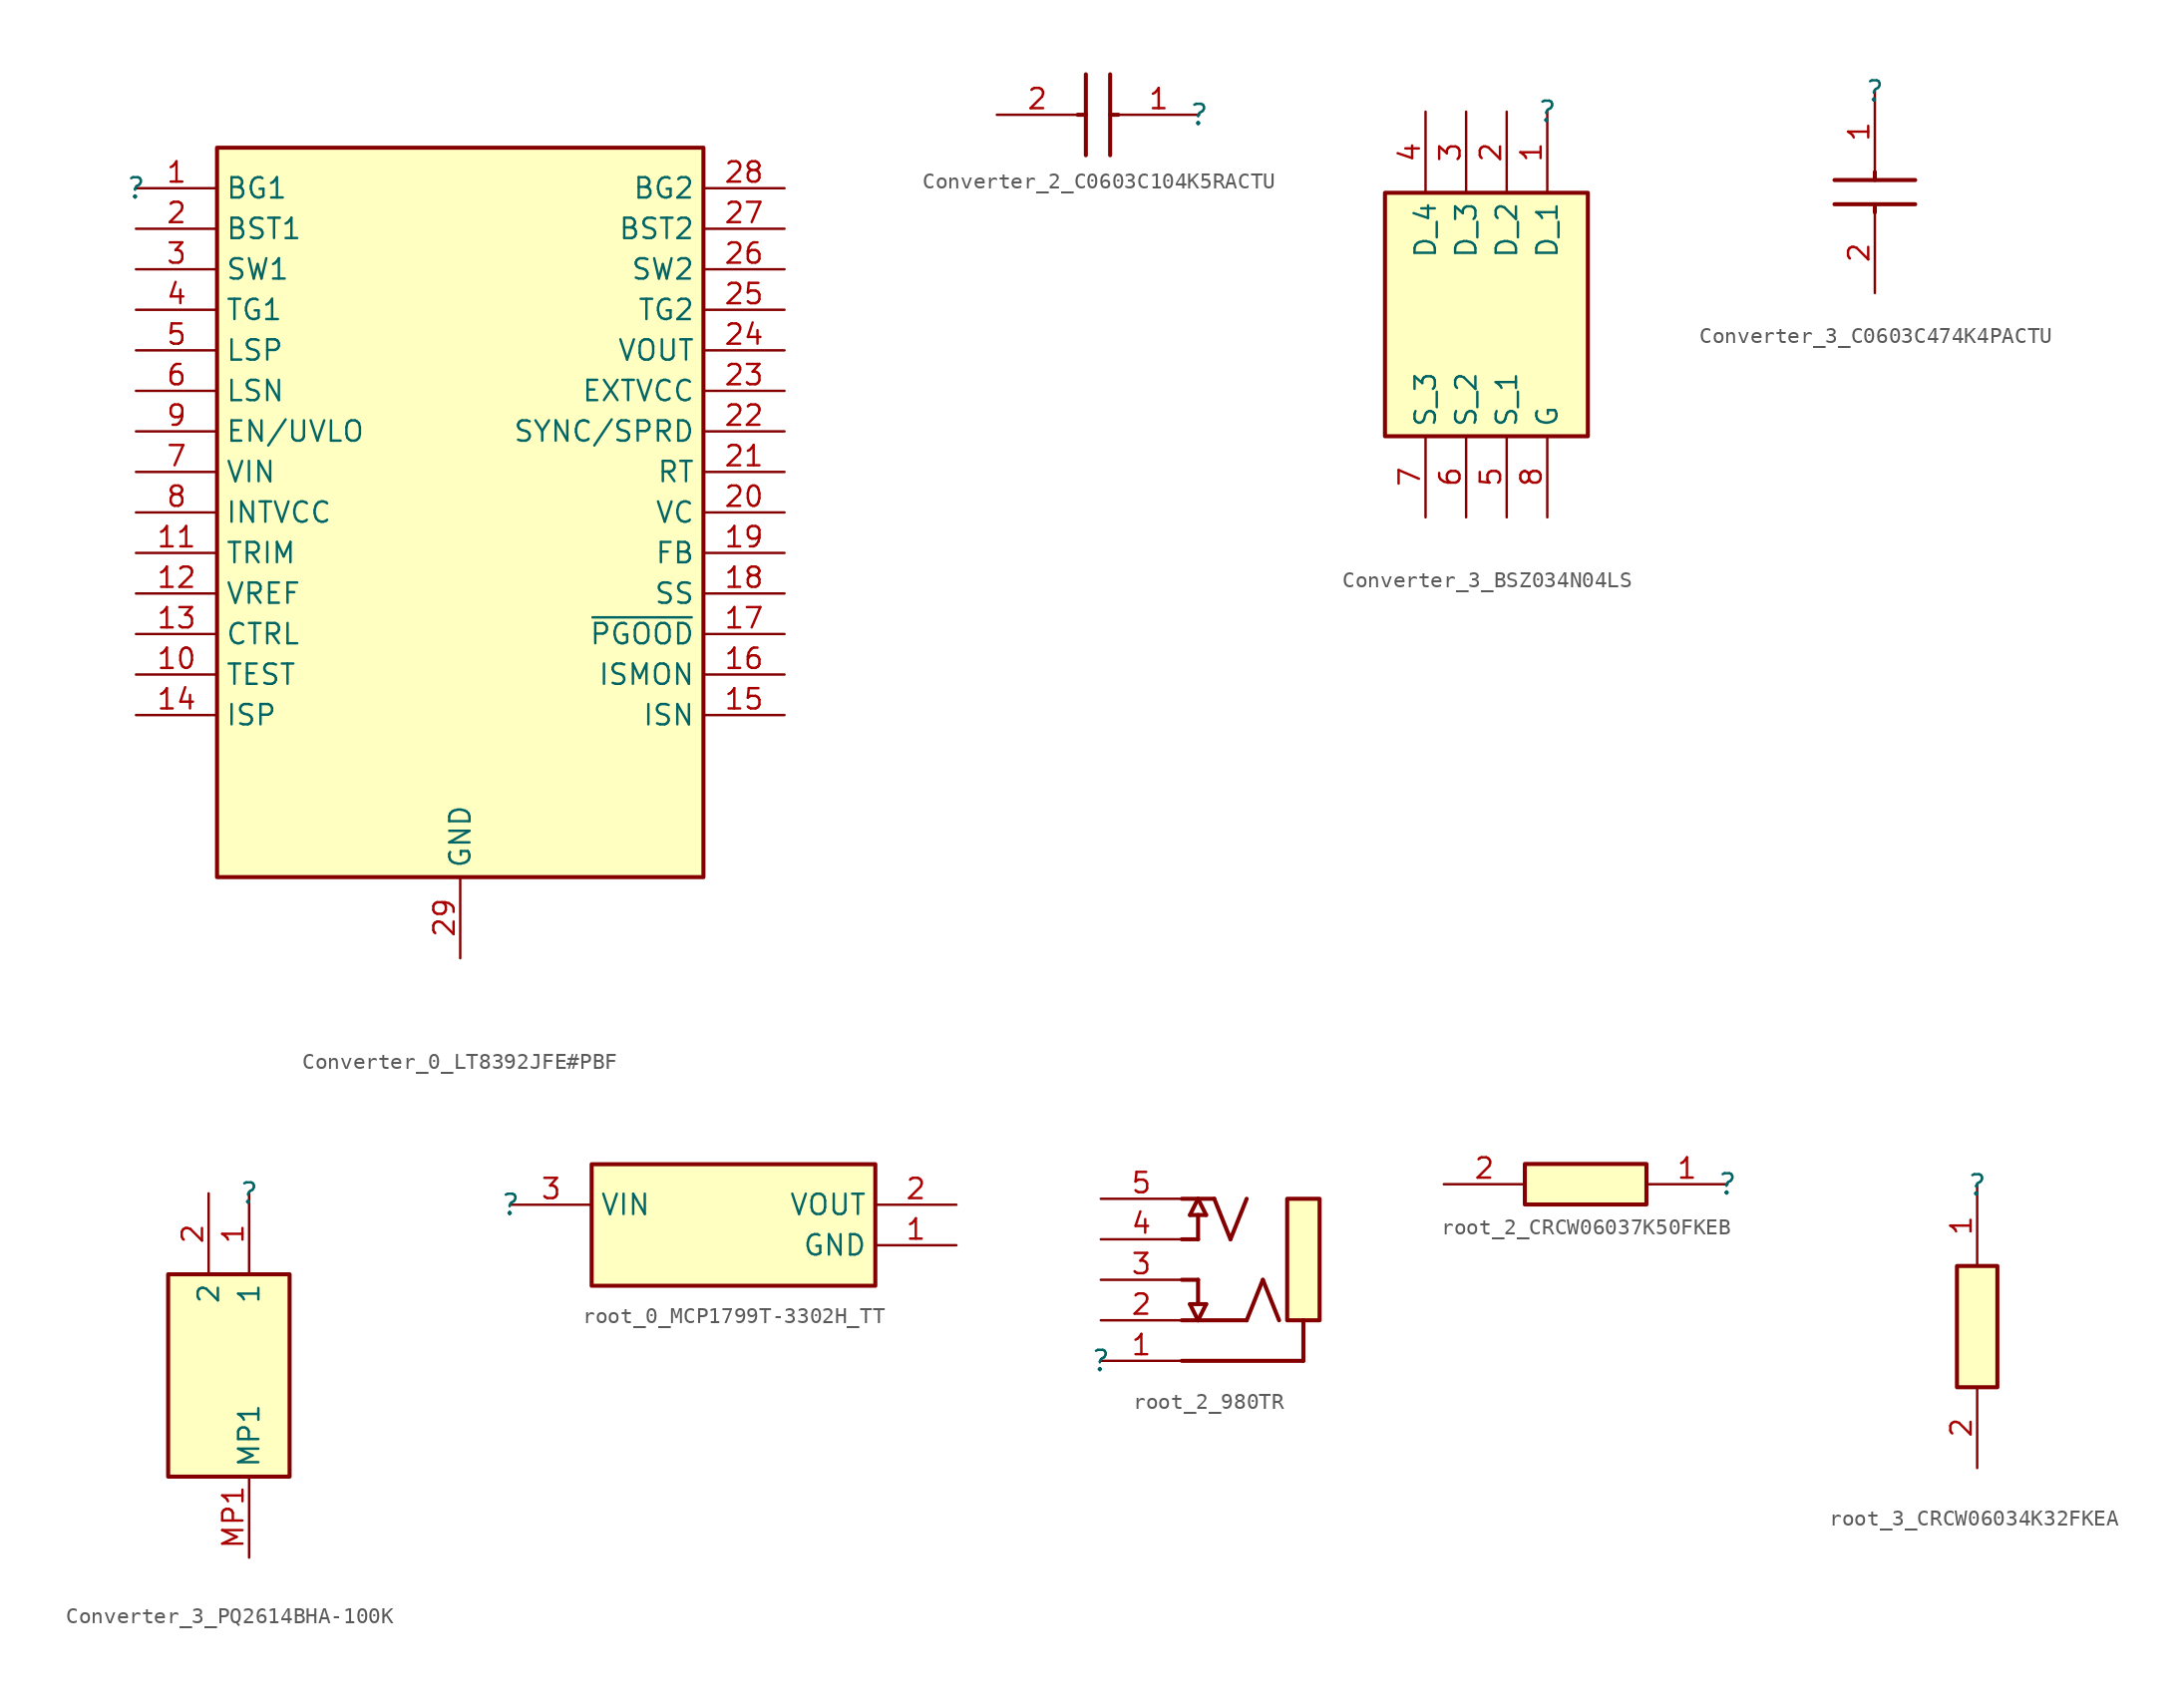
<source format=kicad_sym>
(kicad_symbol_lib
  (version 20220914)
  (generator kicad_symbol_editor)
  (symbol "Converter_0_LT8392JFE#PBF"
    (property "Reference" ""
      (at 0 0 0)
      (effects (font (size 1.27 1.27))))
    (property "Value" ""
      (at 0 0 0)
      (effects (font (size 1.27 1.27))))
    (symbol "Converter_0_LT8392JFE#PBF_1_0"
      (rectangle (start 35.56 2.54) (end 5.08 -43.18) (stroke (width 0.254) (type solid)) (fill (type background)))
      (pin passive line (at 0 0 0) (length 5.08) (name "BG1" (effects (font (size 1.27 1.27)))) (number "1" (effects (font (size 1.27 1.27)))))
      (pin passive line (at 0 -30.48 0) (length 5.08) (name "TEST" (effects (font (size 1.27 1.27)))) (number "10" (effects (font (size 1.27 1.27)))))
      (pin passive line (at 0 -22.86 0) (length 5.08) (name "TRIM" (effects (font (size 1.27 1.27)))) (number "11" (effects (font (size 1.27 1.27)))))
      (pin passive line (at 0 -25.4 0) (length 5.08) (name "VREF" (effects (font (size 1.27 1.27)))) (number "12" (effects (font (size 1.27 1.27)))))
      (pin passive line (at 0 -27.94 0) (length 5.08) (name "CTRL" (effects (font (size 1.27 1.27)))) (number "13" (effects (font (size 1.27 1.27)))))
      (pin passive line (at 0 -33.02 0) (length 5.08) (name "ISP" (effects (font (size 1.27 1.27)))) (number "14" (effects (font (size 1.27 1.27)))))
      (pin passive line (at 40.64 -33.02 180) (length 5.08) (name "ISN" (effects (font (size 1.27 1.27)))) (number "15" (effects (font (size 1.27 1.27)))))
      (pin passive line (at 40.64 -30.48 180) (length 5.08) (name "ISMON" (effects (font (size 1.27 1.27)))) (number "16" (effects (font (size 1.27 1.27)))))
      (pin passive line (at 40.64 -27.94 180) (length 5.08) (name "~{PGOOD}" (effects (font (size 1.27 1.27)))) (number "17" (effects (font (size 1.27 1.27)))))
      (pin passive line (at 40.64 -25.4 180) (length 5.08) (name "SS" (effects (font (size 1.27 1.27)))) (number "18" (effects (font (size 1.27 1.27)))))
      (pin passive line (at 40.64 -22.86 180) (length 5.08) (name "FB" (effects (font (size 1.27 1.27)))) (number "19" (effects (font (size 1.27 1.27)))))
      (pin passive line (at 0 -2.54 0) (length 5.08) (name "BST1" (effects (font (size 1.27 1.27)))) (number "2" (effects (font (size 1.27 1.27)))))
      (pin passive line (at 40.64 -20.32 180) (length 5.08) (name "VC" (effects (font (size 1.27 1.27)))) (number "20" (effects (font (size 1.27 1.27)))))
      (pin passive line (at 40.64 -17.78 180) (length 5.08) (name "RT" (effects (font (size 1.27 1.27)))) (number "21" (effects (font (size 1.27 1.27)))))
      (pin passive line (at 40.64 -15.24 180) (length 5.08) (name "SYNC/SPRD" (effects (font (size 1.27 1.27)))) (number "22" (effects (font (size 1.27 1.27)))))
      (pin passive line (at 40.64 -12.7 180) (length 5.08) (name "EXTVCC" (effects (font (size 1.27 1.27)))) (number "23" (effects (font (size 1.27 1.27)))))
      (pin passive line (at 40.64 -10.16 180) (length 5.08) (name "VOUT" (effects (font (size 1.27 1.27)))) (number "24" (effects (font (size 1.27 1.27)))))
      (pin passive line (at 40.64 -7.62 180) (length 5.08) (name "TG2" (effects (font (size 1.27 1.27)))) (number "25" (effects (font (size 1.27 1.27)))))
      (pin passive line (at 40.64 -5.08 180) (length 5.08) (name "SW2" (effects (font (size 1.27 1.27)))) (number "26" (effects (font (size 1.27 1.27)))))
      (pin passive line (at 40.64 -2.54 180) (length 5.08) (name "BST2" (effects (font (size 1.27 1.27)))) (number "27" (effects (font (size 1.27 1.27)))))
      (pin passive line (at 40.64 0 180) (length 5.08) (name "BG2" (effects (font (size 1.27 1.27)))) (number "28" (effects (font (size 1.27 1.27)))))
      (pin passive line (at 20.32 -48.26 90) (length 5.08) (name "GND" (effects (font (size 1.27 1.27)))) (number "29" (effects (font (size 1.27 1.27)))))
      (pin passive line (at 0 -5.08 0) (length 5.08) (name "SW1" (effects (font (size 1.27 1.27)))) (number "3" (effects (font (size 1.27 1.27)))))
      (pin passive line (at 0 -7.62 0) (length 5.08) (name "TG1" (effects (font (size 1.27 1.27)))) (number "4" (effects (font (size 1.27 1.27)))))
      (pin passive line (at 0 -10.16 0) (length 5.08) (name "LSP" (effects (font (size 1.27 1.27)))) (number "5" (effects (font (size 1.27 1.27)))))
      (pin passive line (at 0 -12.7 0) (length 5.08) (name "LSN" (effects (font (size 1.27 1.27)))) (number "6" (effects (font (size 1.27 1.27)))))
      (pin passive line (at 0 -17.78 0) (length 5.08) (name "VIN" (effects (font (size 1.27 1.27)))) (number "7" (effects (font (size 1.27 1.27)))))
      (pin passive line (at 0 -20.32 0) (length 5.08) (name "INTVCC" (effects (font (size 1.27 1.27)))) (number "8" (effects (font (size 1.27 1.27)))))
      (pin passive line (at 0 -15.24 0) (length 5.08) (name "EN/UVLO" (effects (font (size 1.27 1.27)))) (number "9" (effects (font (size 1.27 1.27)))))))
  (symbol "Converter_2_C0603C104K5RACTU"
    (property "Reference" ""
      (at 0 0 0)
      (effects (font (size 1.27 1.27))))
    (property "Value" ""
      (at 0 0 0)
      (effects (font (size 1.27 1.27))))
    (symbol "Converter_2_C0603C104K5RACTU_1_0"
      (polyline (pts (xy -7.112 -2.54) (xy -7.112 2.54)) (stroke (width 0.254) (type solid)) (fill (type none)))
      (polyline (pts (xy -7.112 0) (xy -7.62 0)) (stroke (width 0.254) (type solid)) (fill (type none)))
      (polyline (pts (xy -5.588 -2.54) (xy -5.588 2.54)) (stroke (width 0.254) (type solid)) (fill (type none)))
      (polyline (pts (xy -5.08 0) (xy -5.588 0)) (stroke (width 0.254) (type solid)) (fill (type none)))
      (pin passive line (at 0 0 180) (length 5.08) (name "1" (effects (font (size 0 0)))) (number "1" (effects (font (size 1.27 1.27)))))
      (pin passive line (at -12.7 0 0) (length 5.08) (name "2" (effects (font (size 0 0)))) (number "2" (effects (font (size 1.27 1.27)))))))
  (symbol "Converter_3_BSZ034N04LS"
    (property "Reference" ""
      (at 0 0 0)
      (effects (font (size 1.27 1.27))))
    (property "Value" ""
      (at 0 0 0)
      (effects (font (size 1.27 1.27))))
    (symbol "Converter_3_BSZ034N04LS_1_0"
      (rectangle (start 2.54 -5.08) (end -10.16 -20.32) (stroke (width 0.254) (type solid)) (fill (type background)))
      (pin passive line (at 0 0 270) (length 5.08) (name "D_1" (effects (font (size 1.27 1.27)))) (number "1" (effects (font (size 1.27 1.27)))))
      (pin passive line (at -2.54 0 270) (length 5.08) (name "D_2" (effects (font (size 1.27 1.27)))) (number "2" (effects (font (size 1.27 1.27)))))
      (pin passive line (at -5.08 0 270) (length 5.08) (name "D_3" (effects (font (size 1.27 1.27)))) (number "3" (effects (font (size 1.27 1.27)))))
      (pin passive line (at -7.62 0 270) (length 5.08) (name "D_4" (effects (font (size 1.27 1.27)))) (number "4" (effects (font (size 1.27 1.27)))))
      (pin passive line (at -2.54 -25.4 90) (length 5.08) (name "S_1" (effects (font (size 1.27 1.27)))) (number "5" (effects (font (size 1.27 1.27)))))
      (pin passive line (at -5.08 -25.4 90) (length 5.08) (name "S_2" (effects (font (size 1.27 1.27)))) (number "6" (effects (font (size 1.27 1.27)))))
      (pin passive line (at -7.62 -25.4 90) (length 5.08) (name "S_3" (effects (font (size 1.27 1.27)))) (number "7" (effects (font (size 1.27 1.27)))))
      (pin passive line (at 0 -25.4 90) (length 5.08) (name "G" (effects (font (size 1.27 1.27)))) (number "8" (effects (font (size 1.27 1.27)))))))
  (symbol "Converter_3_C0603C474K4PACTU"
    (property "Reference" ""
      (at 0 0 0)
      (effects (font (size 1.27 1.27))))
    (property "Value" ""
      (at 0 0 0)
      (effects (font (size 1.27 1.27))))
    (symbol "Converter_3_C0603C474K4PACTU_1_0"
      (polyline (pts (xy 0 -7.112) (xy 0 -7.62)) (stroke (width 0.254) (type solid)) (fill (type none)))
      (polyline (pts (xy 0 -5.08) (xy 0 -5.588)) (stroke (width 0.254) (type solid)) (fill (type none)))
      (polyline (pts (xy 2.54 -7.112) (xy -2.54 -7.112)) (stroke (width 0.254) (type solid)) (fill (type none)))
      (polyline (pts (xy 2.54 -5.588) (xy -2.54 -5.588)) (stroke (width 0.254) (type solid)) (fill (type none)))
      (pin passive line (at 0 0 270) (length 5.08) (name "1" (effects (font (size 0 0)))) (number "1" (effects (font (size 1.27 1.27)))))
      (pin passive line (at 0 -12.7 90) (length 5.08) (name "2" (effects (font (size 0 0)))) (number "2" (effects (font (size 1.27 1.27)))))))
  (symbol "Converter_3_PQ2614BHA-100K"
    (property "Reference" ""
      (at 0 0 0)
      (effects (font (size 1.27 1.27))))
    (property "Value" ""
      (at 0 0 0)
      (effects (font (size 1.27 1.27))))
    (symbol "Converter_3_PQ2614BHA-100K_1_0"
      (rectangle (start 2.54 -5.08) (end -5.08 -17.78) (stroke (width 0.254) (type solid)) (fill (type background)))
      (pin passive line (at 0 0 270) (length 5.08) (name "1" (effects (font (size 1.27 1.27)))) (number "1" (effects (font (size 1.27 1.27)))))
      (pin passive line (at -2.54 0 270) (length 5.08) (name "2" (effects (font (size 1.27 1.27)))) (number "2" (effects (font (size 1.27 1.27)))))
      (pin passive line (at 0 -22.86 90) (length 5.08) (name "MP1" (effects (font (size 1.27 1.27)))) (number "MP1" (effects (font (size 1.27 1.27)))))))
  (symbol "root_0_MCP1799T-3302H_TT"
    (property "Reference" ""
      (at 0 0 0)
      (effects (font (size 1.27 1.27))))
    (property "Value" ""
      (at 0 0 0)
      (effects (font (size 1.27 1.27))))
    (symbol "root_0_MCP1799T-3302H_TT_1_0"
      (rectangle (start 22.86 2.54) (end 5.08 -5.08) (stroke (width 0.254) (type solid)) (fill (type background)))
      (pin passive line (at 27.94 -2.54 180) (length 5.08) (name "GND" (effects (font (size 1.27 1.27)))) (number "1" (effects (font (size 1.27 1.27)))))
      (pin passive line (at 27.94 0 180) (length 5.08) (name "VOUT" (effects (font (size 1.27 1.27)))) (number "2" (effects (font (size 1.27 1.27)))))
      (pin passive line (at 0 0 0) (length 5.08) (name "VIN" (effects (font (size 1.27 1.27)))) (number "3" (effects (font (size 1.27 1.27)))))))
  (symbol "root_2_980TR"
    (property "Reference" ""
      (at 0 0 0)
      (effects (font (size 1.27 1.27))))
    (property "Value" ""
      (at 0 0 0)
      (effects (font (size 1.27 1.27))))
    (symbol "root_2_980TR_1_0"
      (polyline (pts (xy 5.08 0) (xy 12.7 0)) (stroke (width 0.254) (type solid)) (fill (type none)))
      (polyline (pts (xy 5.08 5.08) (xy 6.096 5.08)) (stroke (width 0.254) (type solid)) (fill (type none)))
      (polyline (pts (xy 5.08 7.62) (xy 6.096 7.62)) (stroke (width 0.254) (type solid)) (fill (type none)))
      (polyline (pts (xy 5.08 10.16) (xy 7.112 10.16)) (stroke (width 0.254) (type solid)) (fill (type none)))
      (polyline (pts (xy 5.588 3.556) (xy 6.096 2.54)) (stroke (width 0.254) (type solid)) (fill (type none)))
      (polyline (pts (xy 5.588 3.556) (xy 6.604 3.556)) (stroke (width 0.254) (type solid)) (fill (type none)))
      (polyline (pts (xy 6.096 2.54) (xy 6.604 3.556)) (stroke (width 0.254) (type solid)) (fill (type none)))
      (polyline (pts (xy 6.096 3.556) (xy 6.096 5.08)) (stroke (width 0.254) (type solid)) (fill (type none)))
      (polyline (pts (xy 6.096 9.144) (xy 6.096 7.62)) (stroke (width 0.254) (type solid)) (fill (type none)))
      (polyline (pts (xy 6.096 10.16) (xy 5.588 9.144)) (stroke (width 0.254) (type solid)) (fill (type none)))
      (polyline (pts (xy 6.096 10.16) (xy 6.604 9.144)) (stroke (width 0.254) (type solid)) (fill (type none)))
      (polyline (pts (xy 6.604 9.144) (xy 5.588 9.144)) (stroke (width 0.254) (type solid)) (fill (type none)))
      (polyline (pts (xy 8.128 7.62) (xy 7.112 10.16)) (stroke (width 0.254) (type solid)) (fill (type none)))
      (polyline (pts (xy 8.128 7.62) (xy 9.144 10.16)) (stroke (width 0.254) (type solid)) (fill (type none)))
      (polyline (pts (xy 9.144 2.54) (xy 5.08 2.54)) (stroke (width 0.254) (type solid)) (fill (type none)))
      (polyline (pts (xy 9.144 2.54) (xy 10.16 5.08)) (stroke (width 0.254) (type solid)) (fill (type none)))
      (polyline (pts (xy 11.176 2.54) (xy 10.16 5.08)) (stroke (width 0.254) (type solid)) (fill (type none)))
      (polyline (pts (xy 12.7 2.54) (xy 12.7 0)) (stroke (width 0.254) (type solid)) (fill (type none)))
      (rectangle (start 13.716 10.16) (end 11.684 2.54) (stroke (width 0.254) (type solid)) (fill (type background)))
      (pin passive line (at 0 0 0) (length 5.08) (name "1" (effects (font (size 0 0)))) (number "1" (effects (font (size 1.27 1.27)))))
      (pin passive line (at 0 2.54 0) (length 5.08) (name "2" (effects (font (size 0 0)))) (number "2" (effects (font (size 1.27 1.27)))))
      (pin passive line (at 0 5.08 0) (length 5.08) (name "3" (effects (font (size 0 0)))) (number "3" (effects (font (size 1.27 1.27)))))
      (pin passive line (at 0 7.62 0) (length 5.08) (name "4" (effects (font (size 0 0)))) (number "4" (effects (font (size 1.27 1.27)))))
      (pin passive line (at 0 10.16 0) (length 5.08) (name "5" (effects (font (size 0 0)))) (number "5" (effects (font (size 1.27 1.27)))))))
  (symbol "root_2_CRCW06037K50FKEB"
    (property "Reference" ""
      (at 0 0 0)
      (effects (font (size 1.27 1.27))))
    (property "Value" ""
      (at 0 0 0)
      (effects (font (size 1.27 1.27))))
    (symbol "root_2_CRCW06037K50FKEB_1_0"
      (rectangle (start -5.08 1.27) (end -12.7 -1.27) (stroke (width 0.254) (type solid)) (fill (type background)))
      (pin passive line (at 0 0 180) (length 5.08) (name "1" (effects (font (size 0 0)))) (number "1" (effects (font (size 1.27 1.27)))))
      (pin passive line (at -17.78 0 0) (length 5.08) (name "2" (effects (font (size 0 0)))) (number "2" (effects (font (size 1.27 1.27)))))))
  (symbol "root_3_CRCW06034K32FKEA"
    (property "Reference" ""
      (at 0 0 0)
      (effects (font (size 1.27 1.27))))
    (property "Value" ""
      (at 0 0 0)
      (effects (font (size 1.27 1.27))))
    (symbol "root_3_CRCW06034K32FKEA_1_0"
      (rectangle (start 1.27 -5.08) (end -1.27 -12.7) (stroke (width 0.254) (type solid)) (fill (type background)))
      (pin passive line (at 0 0 270) (length 5.08) (name "1" (effects (font (size 0 0)))) (number "1" (effects (font (size 1.27 1.27)))))
      (pin passive line (at 0 -17.78 90) (length 5.08) (name "2" (effects (font (size 0 0)))) (number "2" (effects (font (size 1.27 1.27))))))))
</source>
